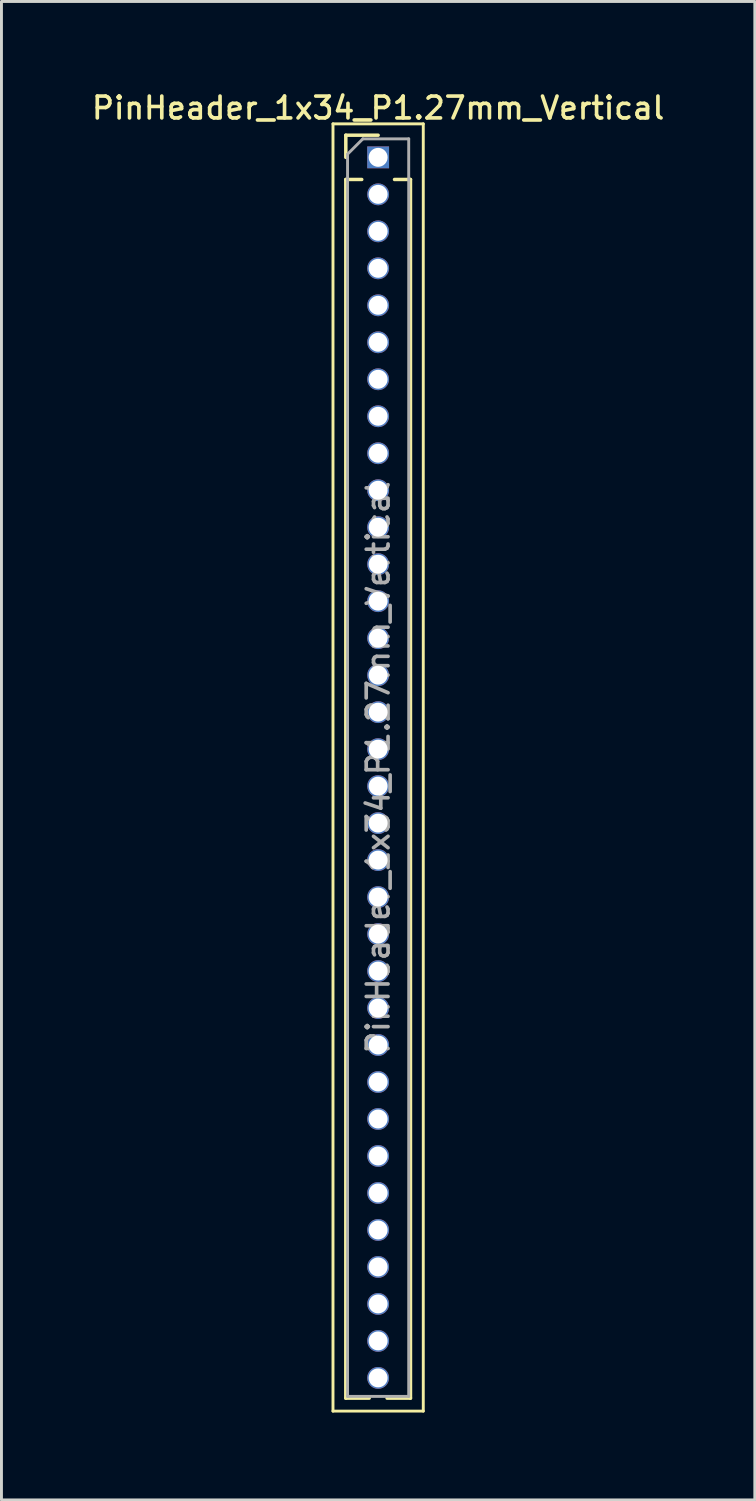
<source format=kicad_pcb>
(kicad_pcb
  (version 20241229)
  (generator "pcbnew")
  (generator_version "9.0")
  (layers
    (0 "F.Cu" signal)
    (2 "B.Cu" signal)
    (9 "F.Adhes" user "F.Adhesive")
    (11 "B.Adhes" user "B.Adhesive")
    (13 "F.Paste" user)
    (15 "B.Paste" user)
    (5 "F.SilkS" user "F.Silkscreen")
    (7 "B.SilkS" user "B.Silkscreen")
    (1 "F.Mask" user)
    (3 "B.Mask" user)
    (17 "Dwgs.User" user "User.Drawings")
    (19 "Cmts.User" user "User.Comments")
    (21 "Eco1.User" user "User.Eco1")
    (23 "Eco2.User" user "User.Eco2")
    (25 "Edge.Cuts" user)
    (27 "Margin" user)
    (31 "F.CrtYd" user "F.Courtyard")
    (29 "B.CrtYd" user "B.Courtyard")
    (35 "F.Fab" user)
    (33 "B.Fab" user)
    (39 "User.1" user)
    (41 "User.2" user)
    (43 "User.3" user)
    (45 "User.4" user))
  (footprint "PinHeader_1x34_P1.27mm_Vertical"
    (layer "F.Cu")
    (at 9.934 2.353)
    (property "Reference" "PinHeader_1x34_P1.27mm_Vertical" (at 0 -1.695 0) (layer "F.SilkS") (effects (font (size 0.75 0.75) (thickness 0.125))))
    (attr through_hole)
    (fp_line (start -1.55 -1.15) (end -1.55 43.05) (stroke (width 0.1) (type solid)) (layer "F.SilkS"))
    (fp_line (start -1.55 43.05) (end 1.55 43.05) (stroke (width 0.1) (type solid)) (layer "F.SilkS"))
    (fp_line (start -1.11 -0.76) (end 0 -0.76) (stroke (width 0.12) (type solid)) (layer "F.SilkS"))
    (fp_line (start -1.11 0) (end -1.11 -0.76) (stroke (width 0.12) (type solid)) (layer "F.SilkS"))
    (fp_line (start -1.11 0.76) (end -1.11 42.605) (stroke (width 0.12) (type solid)) (layer "F.SilkS"))
    (fp_line (start -1.11 0.76) (end -0.563 0.76) (stroke (width 0.12) (type solid)) (layer "F.SilkS"))
    (fp_line (start -1.11 42.605) (end -0.308 42.605) (stroke (width 0.12) (type solid)) (layer "F.SilkS"))
    (fp_line (start 0.308 42.605) (end 1.11 42.605) (stroke (width 0.12) (type solid)) (layer "F.SilkS"))
    (fp_line (start 0.563 0.76) (end 1.11 0.76) (stroke (width 0.12) (type solid)) (layer "F.SilkS"))
    (fp_line (start 1.11 0.76) (end 1.11 42.605) (stroke (width 0.12) (type solid)) (layer "F.SilkS"))
    (fp_line (start 1.55 -1.15) (end -1.55 -1.15) (stroke (width 0.1) (type solid)) (layer "F.SilkS"))
    (fp_line (start 1.55 43.05) (end 1.55 -1.15) (stroke (width 0.1) (type solid)) (layer "F.SilkS"))
    (fp_line (start -1.05 -0.11) (end -0.525 -0.635) (stroke (width 0.1) (type solid)) (layer "F.Fab"))
    (fp_line (start -1.05 42.545) (end -1.05 -0.11) (stroke (width 0.1) (type solid)) (layer "F.Fab"))
    (fp_line (start -0.525 -0.635) (end 1.05 -0.635) (stroke (width 0.1) (type solid)) (layer "F.Fab"))
    (fp_line (start 1.05 -0.635) (end 1.05 42.545) (stroke (width 0.1) (type solid)) (layer "F.Fab"))
    (fp_line (start 1.05 42.545) (end -1.05 42.545) (stroke (width 0.1) (type solid)) (layer "F.Fab"))
    (fp_text user "${REFERENCE}" (at 0 20.955 90) (layer "F.Fab") (effects (font (size 0.75 0.75) (thickness 0.125))))
    (pad "1" thru_hole rect (at 0 0) (size 0.75 0.75) (drill 0.65) (layers "*.Cu" "*.Mask"))
    (pad "2" thru_hole oval (at 0 1.27) (size 0.75 0.75) (drill 0.65) (layers "*.Cu" "*.Mask"))
    (pad "3" thru_hole oval (at 0 2.54) (size 0.75 0.75) (drill 0.65) (layers "*.Cu" "*.Mask"))
    (pad "4" thru_hole oval (at 0 3.81) (size 0.75 0.75) (drill 0.65) (layers "*.Cu" "*.Mask"))
    (pad "5" thru_hole oval (at 0 5.08) (size 0.75 0.75) (drill 0.65) (layers "*.Cu" "*.Mask"))
    (pad "6" thru_hole oval (at 0 6.35) (size 0.75 0.75) (drill 0.65) (layers "*.Cu" "*.Mask"))
    (pad "7" thru_hole oval (at 0 7.62) (size 0.75 0.75) (drill 0.65) (layers "*.Cu" "*.Mask"))
    (pad "8" thru_hole oval (at 0 8.89) (size 0.75 0.75) (drill 0.65) (layers "*.Cu" "*.Mask"))
    (pad "9" thru_hole oval (at 0 10.16) (size 0.75 0.75) (drill 0.65) (layers "*.Cu" "*.Mask"))
    (pad "10" thru_hole oval (at 0 11.43) (size 0.75 0.75) (drill 0.65) (layers "*.Cu" "*.Mask"))
    (pad "11" thru_hole oval (at 0 12.7) (size 0.75 0.75) (drill 0.65) (layers "*.Cu" "*.Mask"))
    (pad "12" thru_hole oval (at 0 13.97) (size 0.75 0.75) (drill 0.65) (layers "*.Cu" "*.Mask"))
    (pad "13" thru_hole oval (at 0 15.24) (size 0.75 0.75) (drill 0.65) (layers "*.Cu" "*.Mask"))
    (pad "14" thru_hole oval (at 0 16.51) (size 0.75 0.75) (drill 0.65) (layers "*.Cu" "*.Mask"))
    (pad "15" thru_hole oval (at 0 17.78) (size 0.75 0.75) (drill 0.65) (layers "*.Cu" "*.Mask"))
    (pad "16" thru_hole oval (at 0 19.05) (size 0.75 0.75) (drill 0.65) (layers "*.Cu" "*.Mask"))
    (pad "17" thru_hole oval (at 0 20.32) (size 0.75 0.75) (drill 0.65) (layers "*.Cu" "*.Mask"))
    (pad "18" thru_hole oval (at 0 21.59) (size 0.75 0.75) (drill 0.65) (layers "*.Cu" "*.Mask"))
    (pad "19" thru_hole oval (at 0 22.86) (size 0.75 0.75) (drill 0.65) (layers "*.Cu" "*.Mask"))
    (pad "20" thru_hole oval (at 0 24.13) (size 0.75 0.75) (drill 0.65) (layers "*.Cu" "*.Mask"))
    (pad "21" thru_hole oval (at 0 25.4) (size 0.75 0.75) (drill 0.65) (layers "*.Cu" "*.Mask"))
    (pad "22" thru_hole oval (at 0 26.67) (size 0.75 0.75) (drill 0.65) (layers "*.Cu" "*.Mask"))
    (pad "23" thru_hole oval (at 0 27.94) (size 0.75 0.75) (drill 0.65) (layers "*.Cu" "*.Mask"))
    (pad "24" thru_hole oval (at 0 29.21) (size 0.75 0.75) (drill 0.65) (layers "*.Cu" "*.Mask"))
    (pad "25" thru_hole oval (at 0 30.48) (size 0.75 0.75) (drill 0.65) (layers "*.Cu" "*.Mask"))
    (pad "26" thru_hole oval (at 0 31.75) (size 0.75 0.75) (drill 0.65) (layers "*.Cu" "*.Mask"))
    (pad "27" thru_hole oval (at 0 33.02) (size 0.75 0.75) (drill 0.65) (layers "*.Cu" "*.Mask"))
    (pad "28" thru_hole oval (at 0 34.29) (size 0.75 0.75) (drill 0.65) (layers "*.Cu" "*.Mask"))
    (pad "29" thru_hole oval (at 0 35.56) (size 0.75 0.75) (drill 0.65) (layers "*.Cu" "*.Mask"))
    (pad "30" thru_hole oval (at 0 36.83) (size 0.75 0.75) (drill 0.65) (layers "*.Cu" "*.Mask"))
    (pad "31" thru_hole oval (at 0 38.1) (size 0.75 0.75) (drill 0.65) (layers "*.Cu" "*.Mask"))
    (pad "32" thru_hole oval (at 0 39.37) (size 0.75 0.75) (drill 0.65) (layers "*.Cu" "*.Mask"))
    (pad "33" thru_hole oval (at 0 40.64) (size 0.75 0.75) (drill 0.65) (layers "*.Cu" "*.Mask"))
    (pad "34" thru_hole oval (at 0 41.91) (size 0.75 0.75) (drill 0.65) (layers "*.Cu" "*.Mask")))
  (gr_rect
    (start -3 -3)
    (end 22.868 48.453)
    (stroke (width 0.1) (type default))
    (fill no)
    (layer "Edge.Cuts")))
</source>
